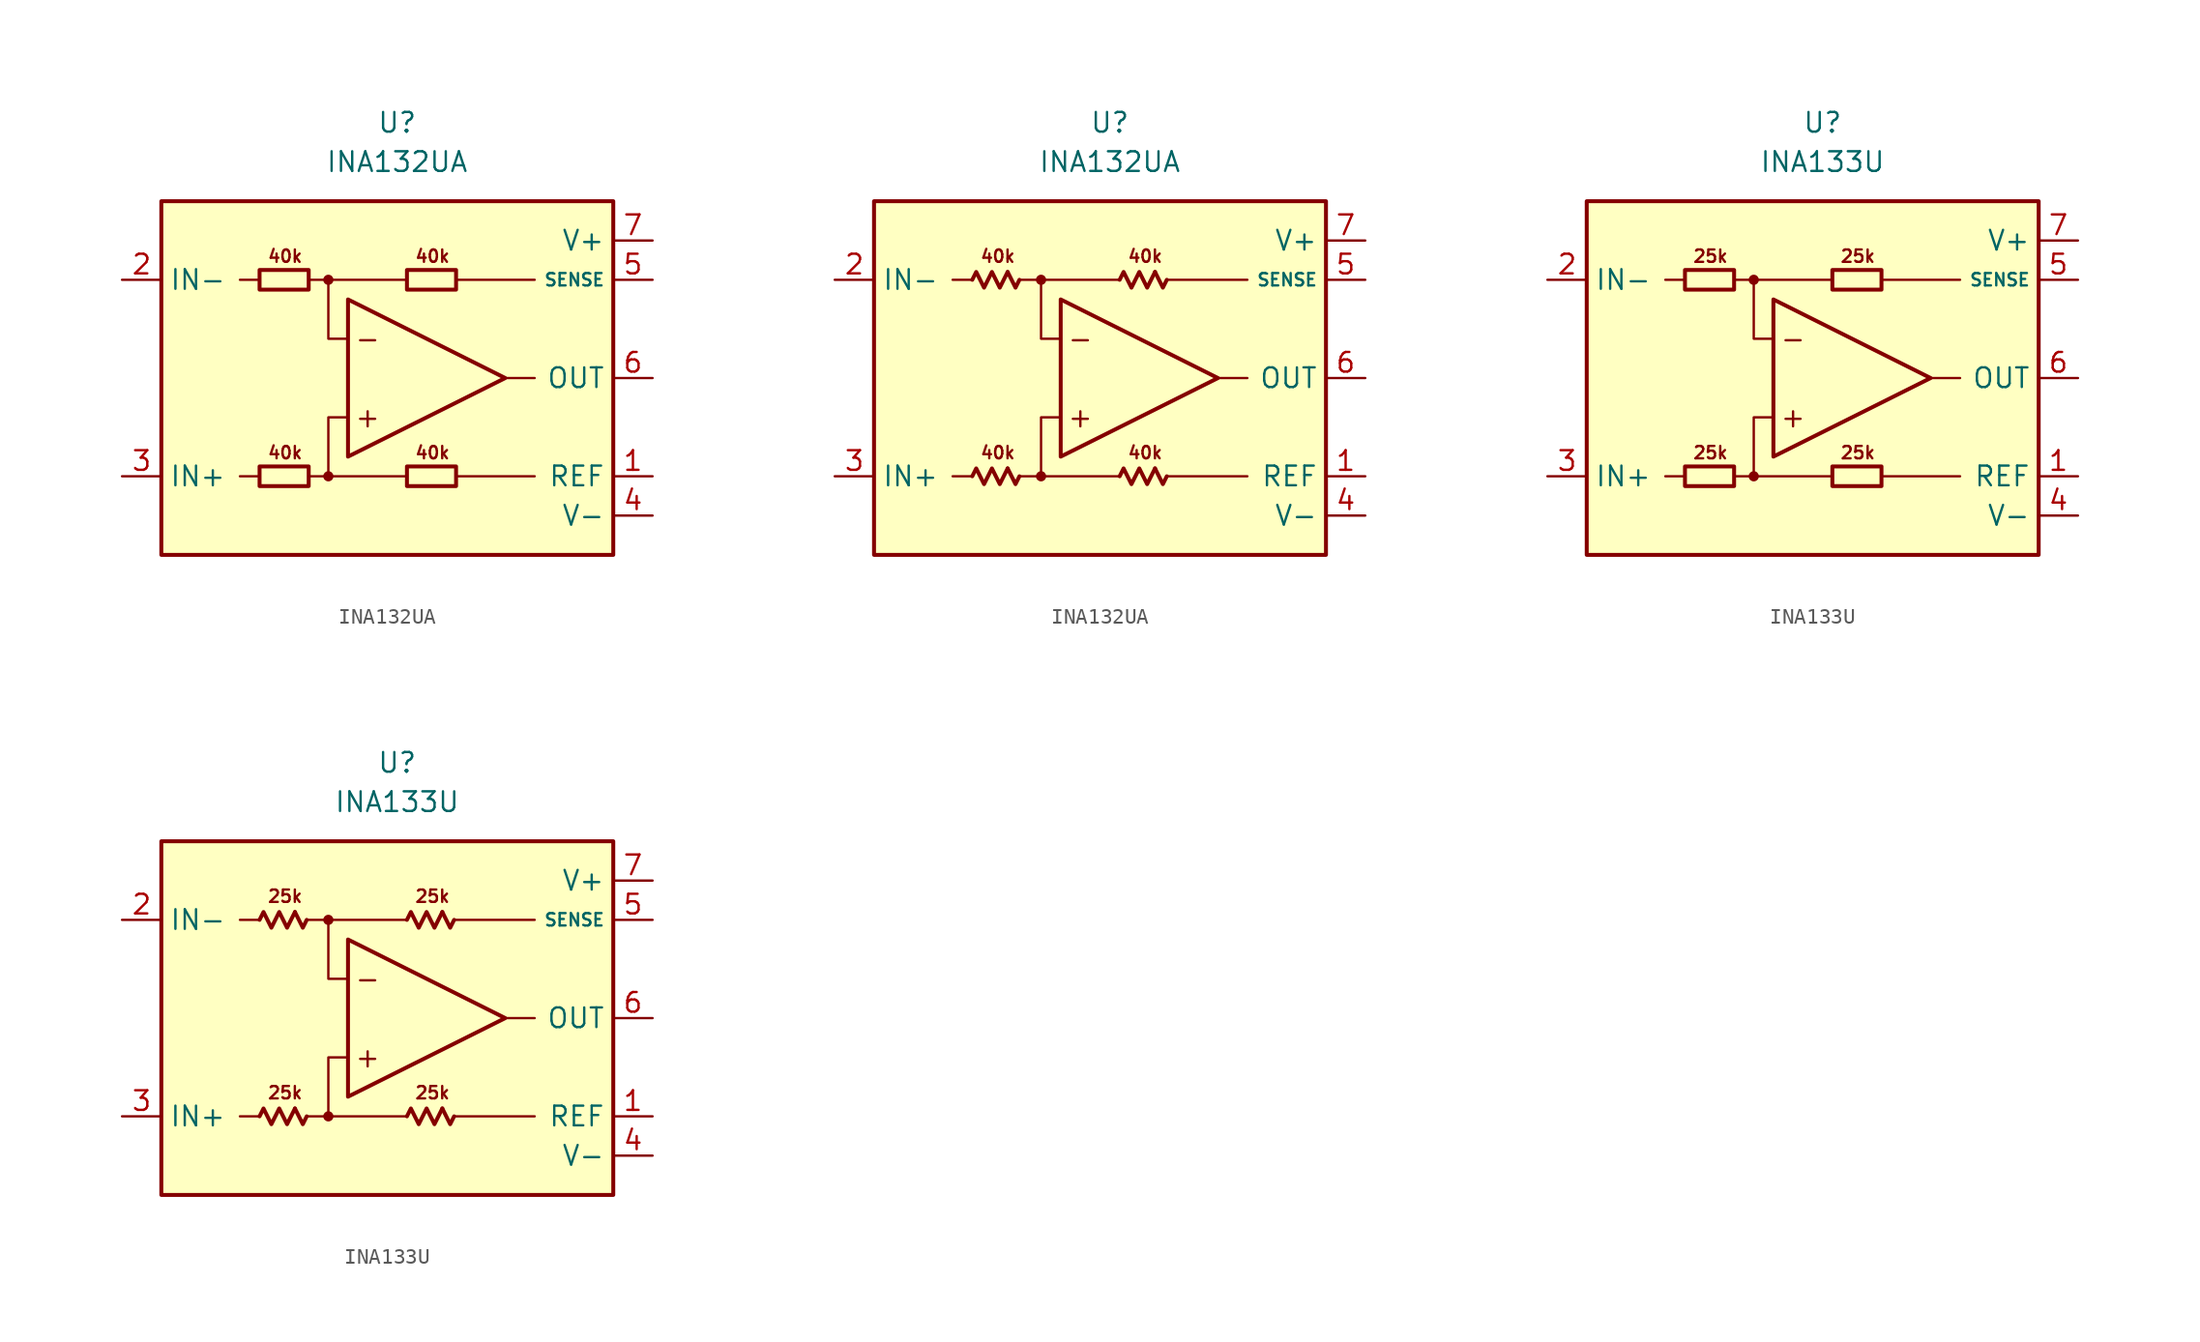
<source format=kicad_sym>
(kicad_symbol_lib
  (version 20231120)
  (generator "kicad_symbol_editor")
  (generator_version "8.0")
  (symbol "INA132UA"
    (property "Reference" "U"
      (at 0 16.51 0)
      (effects (font (size 1.27 1.27))))
    (property "Value" "INA132UA"
      (at 0 13.97 0)
      (effects (font (size 1.27 1.27))))
    (symbol "INA132UA_0_0"
      (rectangle (start -15.24 11.43) (end 13.97 -11.43) (stroke (width 0.254) (type default)) (fill (type background)))
      (circle (center -4.445 -6.35) (radius 0.254) (stroke (width 0.152) (type default)) (fill (type outline)))
      (circle (center -4.445 6.35) (radius 0.254) (stroke (width 0.152) (type default)) (fill (type outline)))
      (polyline (pts (xy -8.89 -6.35) (xy -10.16 -6.35)) (stroke (width 0.152) (type default)) (fill (type none)))
      (polyline (pts (xy -8.89 6.35) (xy -10.16 6.35)) (stroke (width 0.152) (type default)) (fill (type none)))
      (polyline (pts (xy -4.445 6.35) (xy 0.635 6.35)) (stroke (width 0.152) (type default)) (fill (type none)))
      (polyline (pts (xy 0.635 -6.35) (xy -4.445 -6.35)) (stroke (width 0.152) (type default)) (fill (type none)))
      (polyline (pts (xy 3.81 -6.35) (xy 8.89 -6.35)) (stroke (width 0.152) (type default)) (fill (type none)))
      (polyline (pts (xy 3.81 6.35) (xy 8.89 6.35)) (stroke (width 0.152) (type default)) (fill (type none)))
      (polyline (pts (xy 8.89 0) (xy 6.985 0)) (stroke (width 0.152) (type default)) (fill (type none)))
      (polyline (pts (xy -5.715 -6.35) (xy -4.445 -6.35) (xy -4.445 -2.54) (xy -3.175 -2.54)) (stroke (width 0.152) (type default)) (fill (type none)))
      (polyline (pts (xy -3.175 2.54) (xy -4.445 2.54) (xy -4.445 6.35) (xy -5.715 6.35)) (stroke (width 0.152) (type default)) (fill (type none)))
      (polyline (pts (xy -3.175 5.08) (xy -3.175 -5.08) (xy 6.985 0) (xy -3.175 5.08)) (stroke (width 0.254) (type default)) (fill (type none)))
      (text "+" (at -1.905 -2.54 0) (effects (font (size 1.27 1.27))))
      (text "-" (at -1.905 2.54 0) (effects (font (size 1.27 1.27))))
      (text "40k" (at -7.239 -4.826 0) (effects (font (size 0.8 0.8))))
      (text "40k" (at -7.239 7.874 0) (effects (font (size 0.8 0.8))))
      (text "40k" (at 2.286 -4.826 0) (effects (font (size 0.8 0.8))))
      (text "40k" (at 2.286 7.874 0) (effects (font (size 0.8 0.8)))))
    (symbol "INA132UA_0_1"
      (rectangle (start -8.89 -5.715) (end -5.715 -6.985) (stroke (width 0.254) (type default)) (fill (type none)))
      (rectangle (start -8.89 6.985) (end -5.715 5.715) (stroke (width 0.254) (type default)) (fill (type none)))
      (rectangle (start 0.635 -5.715) (end 3.81 -6.985) (stroke (width 0.254) (type default)) (fill (type none)))
      (rectangle (start 0.635 6.985) (end 3.81 5.715) (stroke (width 0.254) (type default)) (fill (type none))))
    (symbol "INA132UA_0_2"
      (polyline (pts (xy -6.604 -5.842) (xy -6.096 -6.858) (xy -5.842 -6.35)) (stroke (width 0.254) (type default)) (fill (type none)))
      (polyline (pts (xy -6.604 6.858) (xy -6.096 5.842) (xy -5.842 6.35)) (stroke (width 0.254) (type default)) (fill (type none)))
      (polyline (pts (xy 2.921 -5.842) (xy 3.429 -6.858) (xy 3.683 -6.35)) (stroke (width 0.254) (type default)) (fill (type none)))
      (polyline (pts (xy 2.921 6.858) (xy 3.429 5.842) (xy 3.683 6.35)) (stroke (width 0.254) (type default)) (fill (type none)))
      (polyline (pts (xy -8.89 -6.35) (xy -8.636 -5.842) (xy -8.128 -6.858) (xy -7.62 -5.842) (xy -7.112 -6.858) (xy -6.604 -5.842)) (stroke (width 0.254) (type default)) (fill (type none)))
      (polyline (pts (xy -8.89 6.35) (xy -8.636 6.858) (xy -8.128 5.842) (xy -7.62 6.858) (xy -7.112 5.842) (xy -6.604 6.858)) (stroke (width 0.254) (type default)) (fill (type none)))
      (polyline (pts (xy 0.635 -6.35) (xy 0.889 -5.842) (xy 1.397 -6.858) (xy 1.905 -5.842) (xy 2.413 -6.858) (xy 2.921 -5.842)) (stroke (width 0.254) (type default)) (fill (type none)))
      (polyline (pts (xy 0.635 6.35) (xy 0.889 6.858) (xy 1.397 5.842) (xy 1.905 6.858) (xy 2.413 5.842) (xy 2.921 6.858)) (stroke (width 0.254) (type default)) (fill (type none))))
    (symbol "INA132UA_1_1"
      (pin input line (at 16.51 -6.35 180) (length 2.54) (name "REF" (effects (font (size 1.27 1.27)))) (number "1" (effects (font (size 1.27 1.27)))))
      (pin input line (at -17.78 6.35 0) (length 2.54) (name "IN-" (effects (font (size 1.27 1.27)))) (number "2" (effects (font (size 1.27 1.27)))))
      (pin input line (at -17.78 -6.35 0) (length 2.54) (name "IN+" (effects (font (size 1.27 1.27)))) (number "3" (effects (font (size 1.27 1.27)))))
      (pin power_in line (at 16.51 -8.89 180) (length 2.54) (name "V-" (effects (font (size 1.27 1.27)))) (number "4" (effects (font (size 1.27 1.27)))))
      (pin input line (at 16.51 6.35 180) (length 2.54) (name "SENSE" (effects (font (size 0.8 0.8)))) (number "5" (effects (font (size 1.27 1.27)))))
      (pin output line (at 16.51 0 180) (length 2.54) (name "OUT" (effects (font (size 1.27 1.27)))) (number "6" (effects (font (size 1.27 1.27)))))
      (pin power_in line (at 16.51 8.89 180) (length 2.54) (name "V+" (effects (font (size 1.27 1.27)))) (number "7" (effects (font (size 1.27 1.27)))))
      (pin free line (at -10.16 0 0) (length 2.54) hide (name "NC" (effects (font (size 1.27 1.27)))) (number "8" (effects (font (size 1.27 1.27))))))
    (symbol "INA132UA_1_2"
      (pin input line (at 16.51 -6.35 180) (length 2.54) (name "REF" (effects (font (size 1.27 1.27)))) (number "1" (effects (font (size 1.27 1.27)))))
      (pin input line (at -17.78 6.35 0) (length 2.54) (name "IN-" (effects (font (size 1.27 1.27)))) (number "2" (effects (font (size 1.27 1.27)))))
      (pin input line (at -17.78 -6.35 0) (length 2.54) (name "IN+" (effects (font (size 1.27 1.27)))) (number "3" (effects (font (size 1.27 1.27)))))
      (pin power_in line (at 16.51 -8.89 180) (length 2.54) (name "V-" (effects (font (size 1.27 1.27)))) (number "4" (effects (font (size 1.27 1.27)))))
      (pin input line (at 16.51 6.35 180) (length 2.54) (name "SENSE" (effects (font (size 0.8 0.8)))) (number "5" (effects (font (size 1.27 1.27)))))
      (pin output line (at 16.51 0 180) (length 2.54) (name "OUT" (effects (font (size 1.27 1.27)))) (number "6" (effects (font (size 1.27 1.27)))))
      (pin power_in line (at 16.51 8.89 180) (length 2.54) (name "V+" (effects (font (size 1.27 1.27)))) (number "7" (effects (font (size 1.27 1.27)))))
      (pin free line (at -10.16 0 0) (length 2.54) hide (name "NC" (effects (font (size 1.27 1.27)))) (number "8" (effects (font (size 1.27 1.27)))))))
  (symbol "INA133U"
    (property "Reference" "U"
      (at 0 16.51 0)
      (effects (font (size 1.27 1.27))))
    (property "Value" "INA133U"
      (at 0 13.97 0)
      (effects (font (size 1.27 1.27))))
    (symbol "INA133U_0_0"
      (rectangle (start -15.24 11.43) (end 13.97 -11.43) (stroke (width 0.254) (type default)) (fill (type background)))
      (circle (center -4.445 -6.35) (radius 0.254) (stroke (width 0.152) (type default)) (fill (type outline)))
      (circle (center -4.445 6.35) (radius 0.254) (stroke (width 0.152) (type default)) (fill (type outline)))
      (polyline (pts (xy -8.89 -6.35) (xy -10.16 -6.35)) (stroke (width 0.152) (type default)) (fill (type none)))
      (polyline (pts (xy -8.89 6.35) (xy -10.16 6.35)) (stroke (width 0.152) (type default)) (fill (type none)))
      (polyline (pts (xy -4.445 6.35) (xy 0.635 6.35)) (stroke (width 0.152) (type default)) (fill (type none)))
      (polyline (pts (xy 0.635 -6.35) (xy -4.445 -6.35)) (stroke (width 0.152) (type default)) (fill (type none)))
      (polyline (pts (xy 3.81 -6.35) (xy 8.89 -6.35)) (stroke (width 0.152) (type default)) (fill (type none)))
      (polyline (pts (xy 3.81 6.35) (xy 8.89 6.35)) (stroke (width 0.152) (type default)) (fill (type none)))
      (polyline (pts (xy 8.89 0) (xy 6.985 0)) (stroke (width 0.152) (type default)) (fill (type none)))
      (polyline (pts (xy -5.715 -6.35) (xy -4.445 -6.35) (xy -4.445 -2.54) (xy -3.175 -2.54)) (stroke (width 0.152) (type default)) (fill (type none)))
      (polyline (pts (xy -3.175 2.54) (xy -4.445 2.54) (xy -4.445 6.35) (xy -5.715 6.35)) (stroke (width 0.152) (type default)) (fill (type none)))
      (polyline (pts (xy -3.175 5.08) (xy -3.175 -5.08) (xy 6.985 0) (xy -3.175 5.08)) (stroke (width 0.254) (type default)) (fill (type none)))
      (text "+" (at -1.905 -2.54 0) (effects (font (size 1.27 1.27))))
      (text "-" (at -1.905 2.54 0) (effects (font (size 1.27 1.27))))
      (text "25k" (at -7.239 -4.826 0) (effects (font (size 0.8 0.8))))
      (text "25k" (at -7.239 7.874 0) (effects (font (size 0.8 0.8))))
      (text "25k" (at 2.286 -4.826 0) (effects (font (size 0.8 0.8))))
      (text "25k" (at 2.286 7.874 0) (effects (font (size 0.8 0.8)))))
    (symbol "INA133U_0_1"
      (rectangle (start -8.89 -5.715) (end -5.715 -6.985) (stroke (width 0.254) (type default)) (fill (type none)))
      (rectangle (start -8.89 6.985) (end -5.715 5.715) (stroke (width 0.254) (type default)) (fill (type none)))
      (rectangle (start 0.635 -5.715) (end 3.81 -6.985) (stroke (width 0.254) (type default)) (fill (type none)))
      (rectangle (start 0.635 6.985) (end 3.81 5.715) (stroke (width 0.254) (type default)) (fill (type none))))
    (symbol "INA133U_0_2"
      (polyline (pts (xy -6.604 -5.842) (xy -6.096 -6.858) (xy -5.842 -6.35)) (stroke (width 0.254) (type default)) (fill (type none)))
      (polyline (pts (xy -6.604 6.858) (xy -6.096 5.842) (xy -5.842 6.35)) (stroke (width 0.254) (type default)) (fill (type none)))
      (polyline (pts (xy 2.921 -5.842) (xy 3.429 -6.858) (xy 3.683 -6.35)) (stroke (width 0.254) (type default)) (fill (type none)))
      (polyline (pts (xy 2.921 6.858) (xy 3.429 5.842) (xy 3.683 6.35)) (stroke (width 0.254) (type default)) (fill (type none)))
      (polyline (pts (xy -8.89 -6.35) (xy -8.636 -5.842) (xy -8.128 -6.858) (xy -7.62 -5.842) (xy -7.112 -6.858) (xy -6.604 -5.842)) (stroke (width 0.254) (type default)) (fill (type none)))
      (polyline (pts (xy -8.89 6.35) (xy -8.636 6.858) (xy -8.128 5.842) (xy -7.62 6.858) (xy -7.112 5.842) (xy -6.604 6.858)) (stroke (width 0.254) (type default)) (fill (type none)))
      (polyline (pts (xy 0.635 -6.35) (xy 0.889 -5.842) (xy 1.397 -6.858) (xy 1.905 -5.842) (xy 2.413 -6.858) (xy 2.921 -5.842)) (stroke (width 0.254) (type default)) (fill (type none)))
      (polyline (pts (xy 0.635 6.35) (xy 0.889 6.858) (xy 1.397 5.842) (xy 1.905 6.858) (xy 2.413 5.842) (xy 2.921 6.858)) (stroke (width 0.254) (type default)) (fill (type none))))
    (symbol "INA133U_1_1"
      (pin input line (at 16.51 -6.35 180) (length 2.54) (name "REF" (effects (font (size 1.27 1.27)))) (number "1" (effects (font (size 1.27 1.27)))))
      (pin input line (at -17.78 6.35 0) (length 2.54) (name "IN-" (effects (font (size 1.27 1.27)))) (number "2" (effects (font (size 1.27 1.27)))))
      (pin input line (at -17.78 -6.35 0) (length 2.54) (name "IN+" (effects (font (size 1.27 1.27)))) (number "3" (effects (font (size 1.27 1.27)))))
      (pin power_in line (at 16.51 -8.89 180) (length 2.54) (name "V-" (effects (font (size 1.27 1.27)))) (number "4" (effects (font (size 1.27 1.27)))))
      (pin input line (at 16.51 6.35 180) (length 2.54) (name "SENSE" (effects (font (size 0.8 0.8)))) (number "5" (effects (font (size 1.27 1.27)))))
      (pin output line (at 16.51 0 180) (length 2.54) (name "OUT" (effects (font (size 1.27 1.27)))) (number "6" (effects (font (size 1.27 1.27)))))
      (pin power_in line (at 16.51 8.89 180) (length 2.54) (name "V+" (effects (font (size 1.27 1.27)))) (number "7" (effects (font (size 1.27 1.27)))))
      (pin free line (at -10.16 0 0) (length 2.54) hide (name "NC" (effects (font (size 1.27 1.27)))) (number "8" (effects (font (size 1.27 1.27))))))
    (symbol "INA133U_1_2"
      (pin input line (at 16.51 -6.35 180) (length 2.54) (name "REF" (effects (font (size 1.27 1.27)))) (number "1" (effects (font (size 1.27 1.27)))))
      (pin input line (at -17.78 6.35 0) (length 2.54) (name "IN-" (effects (font (size 1.27 1.27)))) (number "2" (effects (font (size 1.27 1.27)))))
      (pin input line (at -17.78 -6.35 0) (length 2.54) (name "IN+" (effects (font (size 1.27 1.27)))) (number "3" (effects (font (size 1.27 1.27)))))
      (pin power_in line (at 16.51 -8.89 180) (length 2.54) (name "V-" (effects (font (size 1.27 1.27)))) (number "4" (effects (font (size 1.27 1.27)))))
      (pin input line (at 16.51 6.35 180) (length 2.54) (name "SENSE" (effects (font (size 0.8 0.8)))) (number "5" (effects (font (size 1.27 1.27)))))
      (pin output line (at 16.51 0 180) (length 2.54) (name "OUT" (effects (font (size 1.27 1.27)))) (number "6" (effects (font (size 1.27 1.27)))))
      (pin power_in line (at 16.51 8.89 180) (length 2.54) (name "V+" (effects (font (size 1.27 1.27)))) (number "7" (effects (font (size 1.27 1.27)))))
      (pin free line (at -10.16 0 0) (length 2.54) hide (name "NC" (effects (font (size 1.27 1.27)))) (number "8" (effects (font (size 1.27 1.27))))))))
</source>
